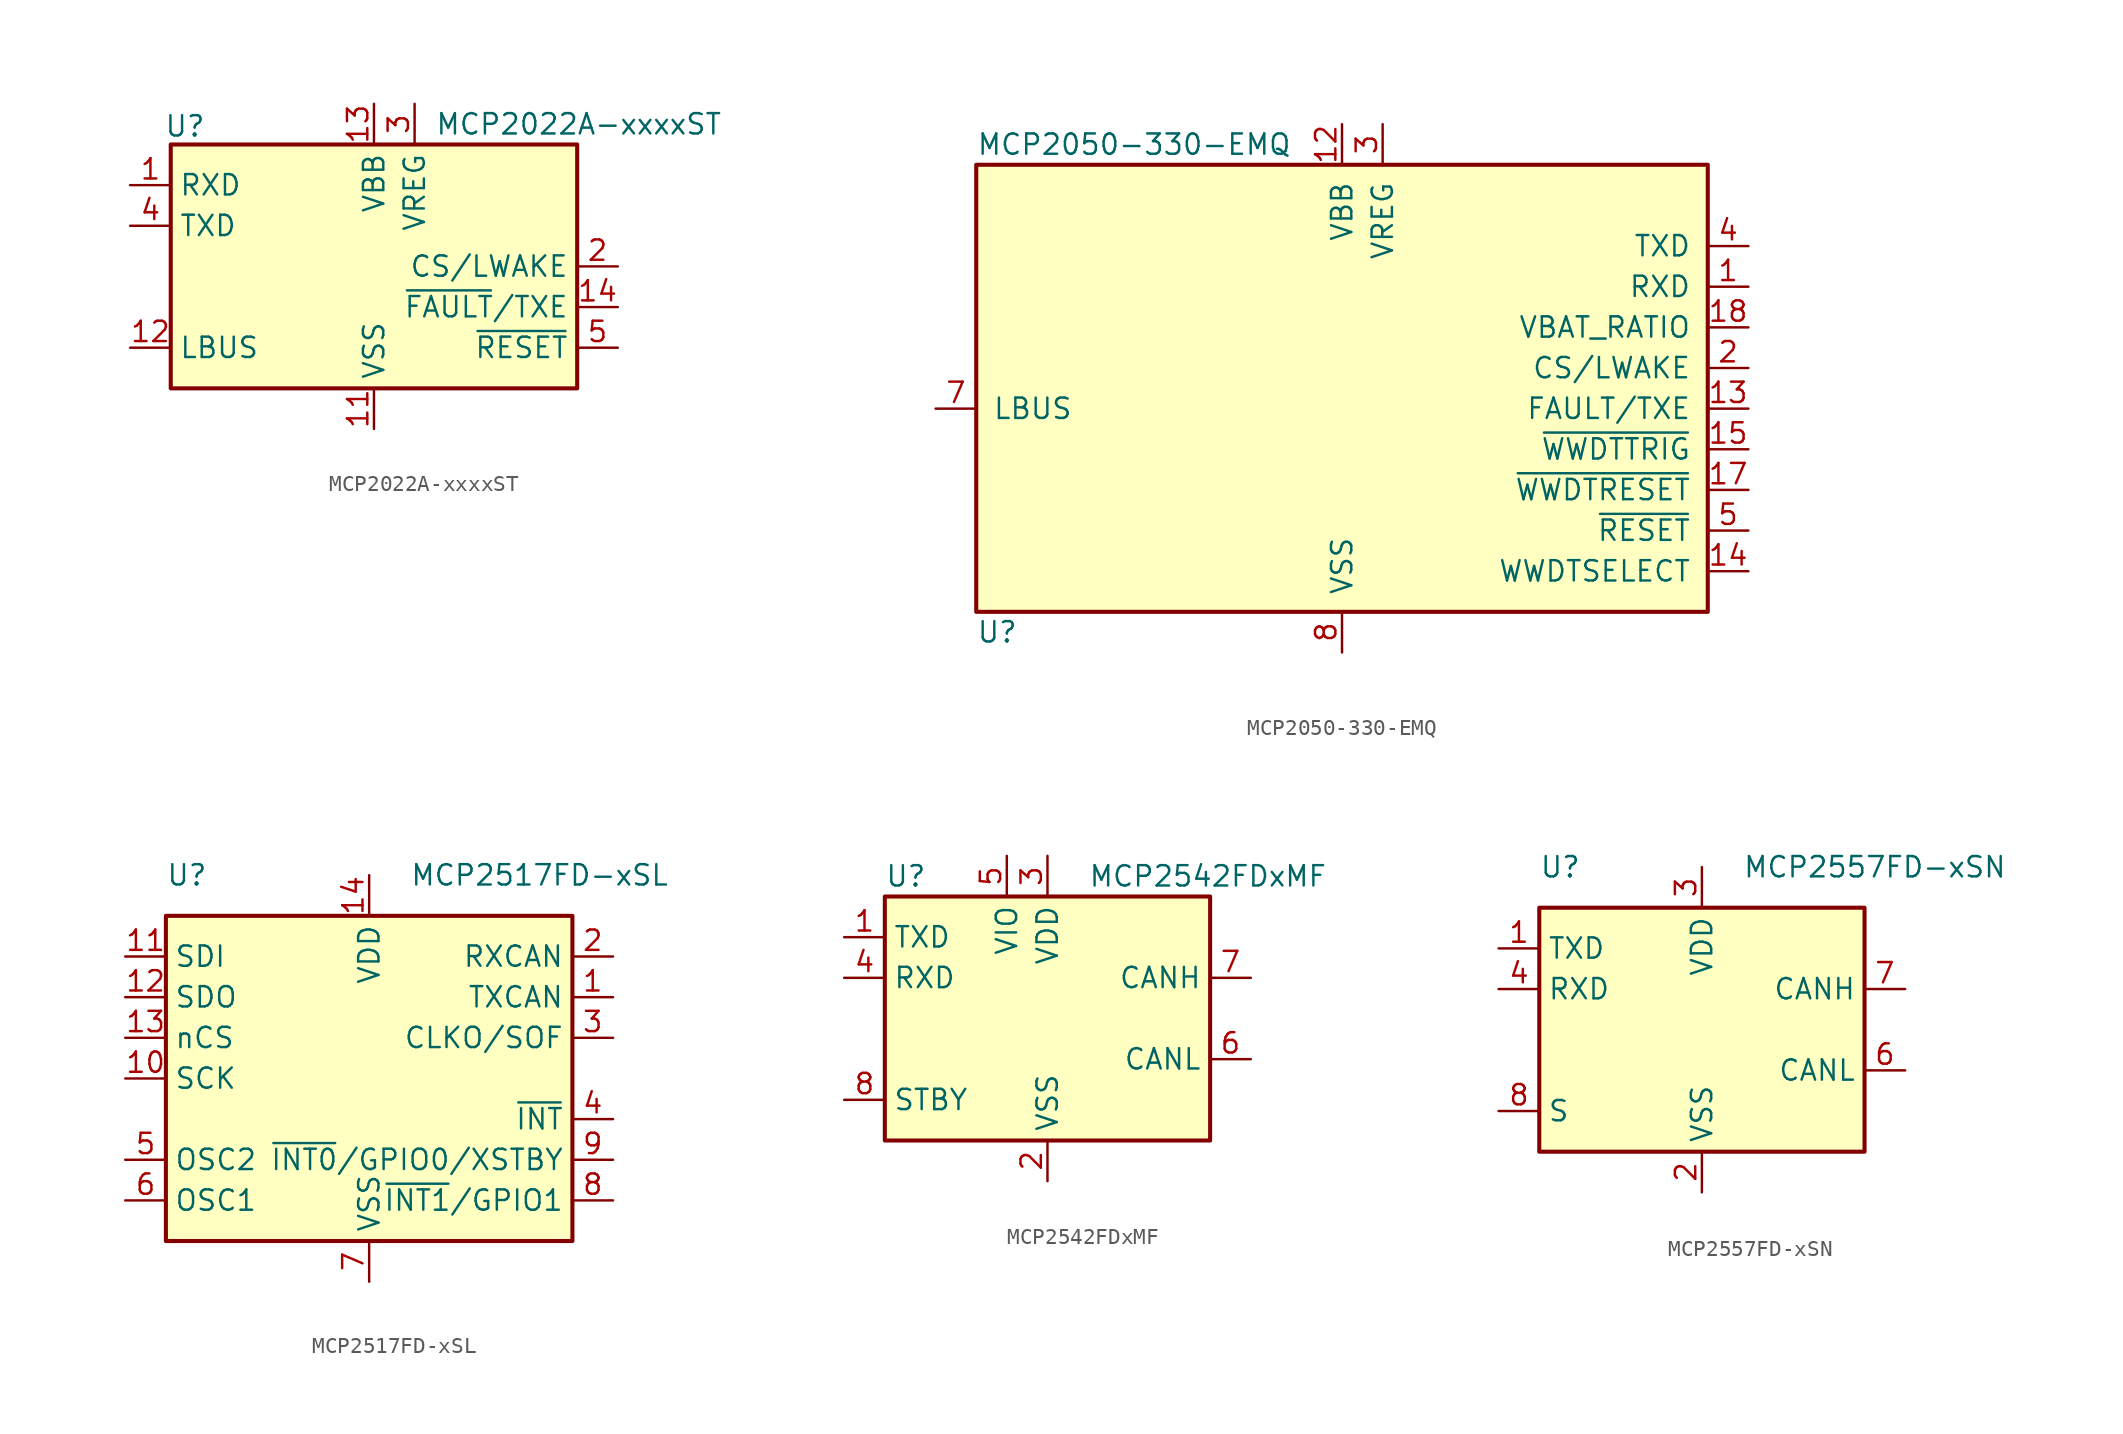
<source format=kicad_sym>
(kicad_symbol_lib
  (version 20201005)
  (generator kicad_symbol_editor)
  (symbol "MCP2022A-xxxxST"
    (property "Reference" "U"
      (at -11.811 8.763 0)
      (effects (font (size 1.27 1.27))))
    (property "Value" "MCP2022A-xxxxST"
      (at 3.81 8.89 0)
      (effects (font (size 1.27 1.27)) (justify left)))
    (symbol "MCP2022A-xxxxST_0_1"
      (rectangle (start -12.7 7.62) (end 12.7 -7.62) (stroke (width 0.254)) (fill (type background))))
    (symbol "MCP2022A-xxxxST_1_1"
      (pin output line (at -15.24 5.08 0) (length 2.54) (name "RXD" (effects (font (size 1.27 1.27)))) (number "1" (effects (font (size 1.27 1.27)))))
      (pin no_connect line (at -10.16 -7.62 90) (length 2.54) hide (name "NC" (effects (font (size 1.27 1.27)))) (number "10" (effects (font (size 1.27 1.27)))))
      (pin power_in line (at 0 -10.16 90) (length 2.54) (name "VSS" (effects (font (size 1.27 1.27)))) (number "11" (effects (font (size 1.27 1.27)))))
      (pin open_collector line (at -15.24 -5.08 0) (length 2.54) (name "LBUS" (effects (font (size 1.27 1.27)))) (number "12" (effects (font (size 1.27 1.27)))))
      (pin power_in line (at 0 10.16 270) (length 2.54) (name "VBB" (effects (font (size 1.27 1.27)))) (number "13" (effects (font (size 1.27 1.27)))))
      (pin open_collector line (at 15.24 -2.54 180) (length 2.54) (name "~FAULT~/TXE" (effects (font (size 1.27 1.27)))) (number "14" (effects (font (size 1.27 1.27)))))
      (pin input line (at 15.24 0 180) (length 2.54) (name "CS/LWAKE" (effects (font (size 1.27 1.27)))) (number "2" (effects (font (size 1.27 1.27)))))
      (pin power_out line (at 2.54 10.16 270) (length 2.54) (name "VREG" (effects (font (size 1.27 1.27)))) (number "3" (effects (font (size 1.27 1.27)))))
      (pin input line (at -15.24 2.54 0) (length 2.54) (name "TXD" (effects (font (size 1.27 1.27)))) (number "4" (effects (font (size 1.27 1.27)))))
      (pin output line (at 15.24 -5.08 180) (length 2.54) (name "~RESET" (effects (font (size 1.27 1.27)))) (number "5" (effects (font (size 1.27 1.27)))))
      (pin no_connect line (at 2.54 -7.62 90) (length 2.54) hide (name "NC" (effects (font (size 1.27 1.27)))) (number "6" (effects (font (size 1.27 1.27)))))
      (pin no_connect line (at -2.54 -7.62 90) (length 2.54) hide (name "NC" (effects (font (size 1.27 1.27)))) (number "7" (effects (font (size 1.27 1.27)))))
      (pin no_connect line (at -5.08 -7.62 90) (length 2.54) hide (name "NC" (effects (font (size 1.27 1.27)))) (number "8" (effects (font (size 1.27 1.27)))))
      (pin no_connect line (at -7.62 -7.62 90) (length 2.54) hide (name "NC" (effects (font (size 1.27 1.27)))) (number "9" (effects (font (size 1.27 1.27)))))))
  (symbol "MCP2050-330-EMQ"
    (pin_names
      (offset 1.016))
    (property "Reference" "U"
      (at -22.86 -13.97 0)
      (effects (font (size 1.27 1.27)) (justify left)))
    (property "Value" "MCP2050-330-EMQ"
      (at -22.86 16.51 0)
      (effects (font (size 1.27 1.27)) (justify left)))
    (symbol "MCP2050-330-EMQ_0_1"
      (rectangle (start -22.86 15.24) (end 22.86 -12.7) (stroke (width 0.254)) (fill (type background))))
    (symbol "MCP2050-330-EMQ_1_1"
      (pin output line (at 25.4 7.62 180) (length 2.54) (name "RXD" (effects (font (size 1.27 1.27)))) (number "1" (effects (font (size 1.27 1.27)))))
      (pin no_connect line (at -25.4 7.62 0) (length 2.54) hide (name "NC" (effects (font (size 1.27 1.27)))) (number "10" (effects (font (size 1.27 1.27)))))
      (pin no_connect line (at -25.4 5.08 0) (length 2.54) hide (name "NC" (effects (font (size 1.27 1.27)))) (number "11" (effects (font (size 1.27 1.27)))))
      (pin power_in line (at 0 17.78 270) (length 2.54) (name "VBB" (effects (font (size 1.27 1.27)))) (number "12" (effects (font (size 1.27 1.27)))))
      (pin open_collector line (at 25.4 0 180) (length 2.54) (name "FAULT/TXE" (effects (font (size 1.27 1.27)))) (number "13" (effects (font (size 1.27 1.27)))))
      (pin input line (at 25.4 -10.16 180) (length 2.54) (name "WWDTSELECT" (effects (font (size 1.27 1.27)))) (number "14" (effects (font (size 1.27 1.27)))))
      (pin input line (at 25.4 -2.54 180) (length 2.54) (name "~WWDTTRIG" (effects (font (size 1.27 1.27)))) (number "15" (effects (font (size 1.27 1.27)))))
      (pin no_connect line (at -25.4 2.54 0) (length 2.54) hide (name "NC" (effects (font (size 1.27 1.27)))) (number "16" (effects (font (size 1.27 1.27)))))
      (pin output line (at 25.4 -5.08 180) (length 2.54) (name "~WWDTRESET" (effects (font (size 1.27 1.27)))) (number "17" (effects (font (size 1.27 1.27)))))
      (pin output line (at 25.4 5.08 180) (length 2.54) (name "VBAT_RATIO" (effects (font (size 1.27 1.27)))) (number "18" (effects (font (size 1.27 1.27)))))
      (pin no_connect line (at -25.4 -2.54 0) (length 2.54) hide (name "NC" (effects (font (size 1.27 1.27)))) (number "19" (effects (font (size 1.27 1.27)))))
      (pin input line (at 25.4 2.54 180) (length 2.54) (name "CS/LWAKE" (effects (font (size 1.27 1.27)))) (number "2" (effects (font (size 1.27 1.27)))))
      (pin no_connect line (at -25.4 -5.08 0) (length 2.54) hide (name "NC" (effects (font (size 1.27 1.27)))) (number "20" (effects (font (size 1.27 1.27)))))
      (pin no_connect line (at -25.4 -7.62 0) (length 2.54) hide (name "PAD" (effects (font (size 1.27 1.27)))) (number "21" (effects (font (size 1.27 1.27)))))
      (pin power_out line (at 2.54 17.78 270) (length 2.54) (name "VREG" (effects (font (size 1.27 1.27)))) (number "3" (effects (font (size 1.27 1.27)))))
      (pin input line (at 25.4 10.16 180) (length 2.54) (name "TXD" (effects (font (size 1.27 1.27)))) (number "4" (effects (font (size 1.27 1.27)))))
      (pin output line (at 25.4 -7.62 180) (length 2.54) (name "~RESET" (effects (font (size 1.27 1.27)))) (number "5" (effects (font (size 1.27 1.27)))))
      (pin no_connect line (at -25.4 12.7 0) (length 2.54) hide (name "NC" (effects (font (size 1.27 1.27)))) (number "6" (effects (font (size 1.27 1.27)))))
      (pin open_collector line (at -25.4 0 0) (length 2.54) (name "LBUS" (effects (font (size 1.27 1.27)))) (number "7" (effects (font (size 1.27 1.27)))))
      (pin power_in line (at 0 -15.24 90) (length 2.54) (name "VSS" (effects (font (size 1.27 1.27)))) (number "8" (effects (font (size 1.27 1.27)))))
      (pin no_connect line (at -25.4 10.16 0) (length 2.54) hide (name "NC" (effects (font (size 1.27 1.27)))) (number "9" (effects (font (size 1.27 1.27)))))))
  (symbol "MCP2517FD-xSL"
    (property "Reference" "U"
      (at -12.7 12.7 0)
      (effects (font (size 1.27 1.27)) (justify left)))
    (property "Value" "MCP2517FD-xSL"
      (at 2.54 12.7 0)
      (effects (font (size 1.27 1.27)) (justify left)))
    (symbol "MCP2517FD-xSL_0_1"
      (rectangle (start -12.7 10.16) (end 12.7 -10.16) (stroke (width 0.254)) (fill (type background))))
    (symbol "MCP2517FD-xSL_1_1"
      (pin output line (at 15.24 5.08 180) (length 2.54) (name "TXCAN" (effects (font (size 1.27 1.27)))) (number "1" (effects (font (size 1.27 1.27)))))
      (pin input line (at -15.24 0 0) (length 2.54) (name "SCK" (effects (font (size 1.27 1.27)))) (number "10" (effects (font (size 1.27 1.27)))))
      (pin input line (at -15.24 7.62 0) (length 2.54) (name "SDI" (effects (font (size 1.27 1.27)))) (number "11" (effects (font (size 1.27 1.27)))))
      (pin output line (at -15.24 5.08 0) (length 2.54) (name "SDO" (effects (font (size 1.27 1.27)))) (number "12" (effects (font (size 1.27 1.27)))))
      (pin input line (at -15.24 2.54 0) (length 2.54) (name "nCS" (effects (font (size 1.27 1.27)))) (number "13" (effects (font (size 1.27 1.27)))))
      (pin power_in line (at 0 12.7 270) (length 2.54) (name "VDD" (effects (font (size 1.27 1.27)))) (number "14" (effects (font (size 1.27 1.27)))))
      (pin input line (at 15.24 7.62 180) (length 2.54) (name "RXCAN" (effects (font (size 1.27 1.27)))) (number "2" (effects (font (size 1.27 1.27)))))
      (pin output line (at 15.24 2.54 180) (length 2.54) (name "CLKO/SOF" (effects (font (size 1.27 1.27)))) (number "3" (effects (font (size 1.27 1.27)))))
      (pin output line (at 15.24 -2.54 180) (length 2.54) (name "~INT" (effects (font (size 1.27 1.27)))) (number "4" (effects (font (size 1.27 1.27)))))
      (pin output line (at -15.24 -5.08 0) (length 2.54) (name "OSC2" (effects (font (size 1.27 1.27)))) (number "5" (effects (font (size 1.27 1.27)))))
      (pin input line (at -15.24 -7.62 0) (length 2.54) (name "OSC1" (effects (font (size 1.27 1.27)))) (number "6" (effects (font (size 1.27 1.27)))))
      (pin power_in line (at 0 -12.7 90) (length 2.54) (name "VSS" (effects (font (size 1.27 1.27)))) (number "7" (effects (font (size 1.27 1.27)))))
      (pin bidirectional line (at 15.24 -7.62 180) (length 2.54) (name "~INT1~/GPIO1" (effects (font (size 1.27 1.27)))) (number "8" (effects (font (size 1.27 1.27)))))
      (pin bidirectional line (at 15.24 -5.08 180) (length 2.54) (name "~INT0~/GPIO0/XSTBY" (effects (font (size 1.27 1.27)))) (number "9" (effects (font (size 1.27 1.27)))))))
  (symbol "MCP2542FDxMF"
    (property "Reference" "U"
      (at -10.16 8.89 0)
      (effects (font (size 1.27 1.27)) (justify left)))
    (property "Value" "MCP2542FDxMF"
      (at 2.54 8.89 0)
      (effects (font (size 1.27 1.27)) (justify left)))
    (symbol "MCP2542FDxMF_0_1"
      (rectangle (start -10.16 7.62) (end 10.16 -7.62) (stroke (width 0.254)) (fill (type background))))
    (symbol "MCP2542FDxMF_1_1"
      (pin input line (at -12.7 5.08 0) (length 2.54) (name "TXD" (effects (font (size 1.27 1.27)))) (number "1" (effects (font (size 1.27 1.27)))))
      (pin power_in line (at 0 -10.16 90) (length 2.54) (name "VSS" (effects (font (size 1.27 1.27)))) (number "2" (effects (font (size 1.27 1.27)))))
      (pin power_in line (at 0 10.16 270) (length 2.54) (name "VDD" (effects (font (size 1.27 1.27)))) (number "3" (effects (font (size 1.27 1.27)))))
      (pin output line (at -12.7 2.54 0) (length 2.54) (name "RXD" (effects (font (size 1.27 1.27)))) (number "4" (effects (font (size 1.27 1.27)))))
      (pin power_in line (at -2.54 10.16 270) (length 2.54) (name "VIO" (effects (font (size 1.27 1.27)))) (number "5" (effects (font (size 1.27 1.27)))))
      (pin bidirectional line (at 12.7 -2.54 180) (length 2.54) (name "CANL" (effects (font (size 1.27 1.27)))) (number "6" (effects (font (size 1.27 1.27)))))
      (pin bidirectional line (at 12.7 2.54 180) (length 2.54) (name "CANH" (effects (font (size 1.27 1.27)))) (number "7" (effects (font (size 1.27 1.27)))))
      (pin input line (at -12.7 -5.08 0) (length 2.54) (name "STBY" (effects (font (size 1.27 1.27)))) (number "8" (effects (font (size 1.27 1.27)))))
      (pin passive line (at 0 -10.16 90) (length 2.54) hide (name "VSS" (effects (font (size 1.27 1.27)))) (number "9" (effects (font (size 1.27 1.27)))))))
  (symbol "MCP2557FD-xSN"
    (property "Reference" "U"
      (at -10.16 10.16 0)
      (effects (font (size 1.27 1.27)) (justify left)))
    (property "Value" "MCP2557FD-xSN"
      (at 2.54 10.16 0)
      (effects (font (size 1.27 1.27)) (justify left)))
    (symbol "MCP2557FD-xSN_0_1"
      (rectangle (start -10.16 7.62) (end 10.16 -7.62) (stroke (width 0.254)) (fill (type background))))
    (symbol "MCP2557FD-xSN_1_1"
      (pin input line (at -12.7 5.08 0) (length 2.54) (name "TXD" (effects (font (size 1.27 1.27)))) (number "1" (effects (font (size 1.27 1.27)))))
      (pin power_in line (at 0 -10.16 90) (length 2.54) (name "VSS" (effects (font (size 1.27 1.27)))) (number "2" (effects (font (size 1.27 1.27)))))
      (pin power_in line (at 0 10.16 270) (length 2.54) (name "VDD" (effects (font (size 1.27 1.27)))) (number "3" (effects (font (size 1.27 1.27)))))
      (pin output line (at -12.7 2.54 0) (length 2.54) (name "RXD" (effects (font (size 1.27 1.27)))) (number "4" (effects (font (size 1.27 1.27)))))
      (pin no_connect line (at -12.7 -2.54 0) (length 2.54) hide (name "NC" (effects (font (size 1.27 1.27)))) (number "5" (effects (font (size 1.27 1.27)))))
      (pin bidirectional line (at 12.7 -2.54 180) (length 2.54) (name "CANL" (effects (font (size 1.27 1.27)))) (number "6" (effects (font (size 1.27 1.27)))))
      (pin bidirectional line (at 12.7 2.54 180) (length 2.54) (name "CANH" (effects (font (size 1.27 1.27)))) (number "7" (effects (font (size 1.27 1.27)))))
      (pin input line (at -12.7 -5.08 0) (length 2.54) (name "S" (effects (font (size 1.27 1.27)))) (number "8" (effects (font (size 1.27 1.27))))))))
</source>
